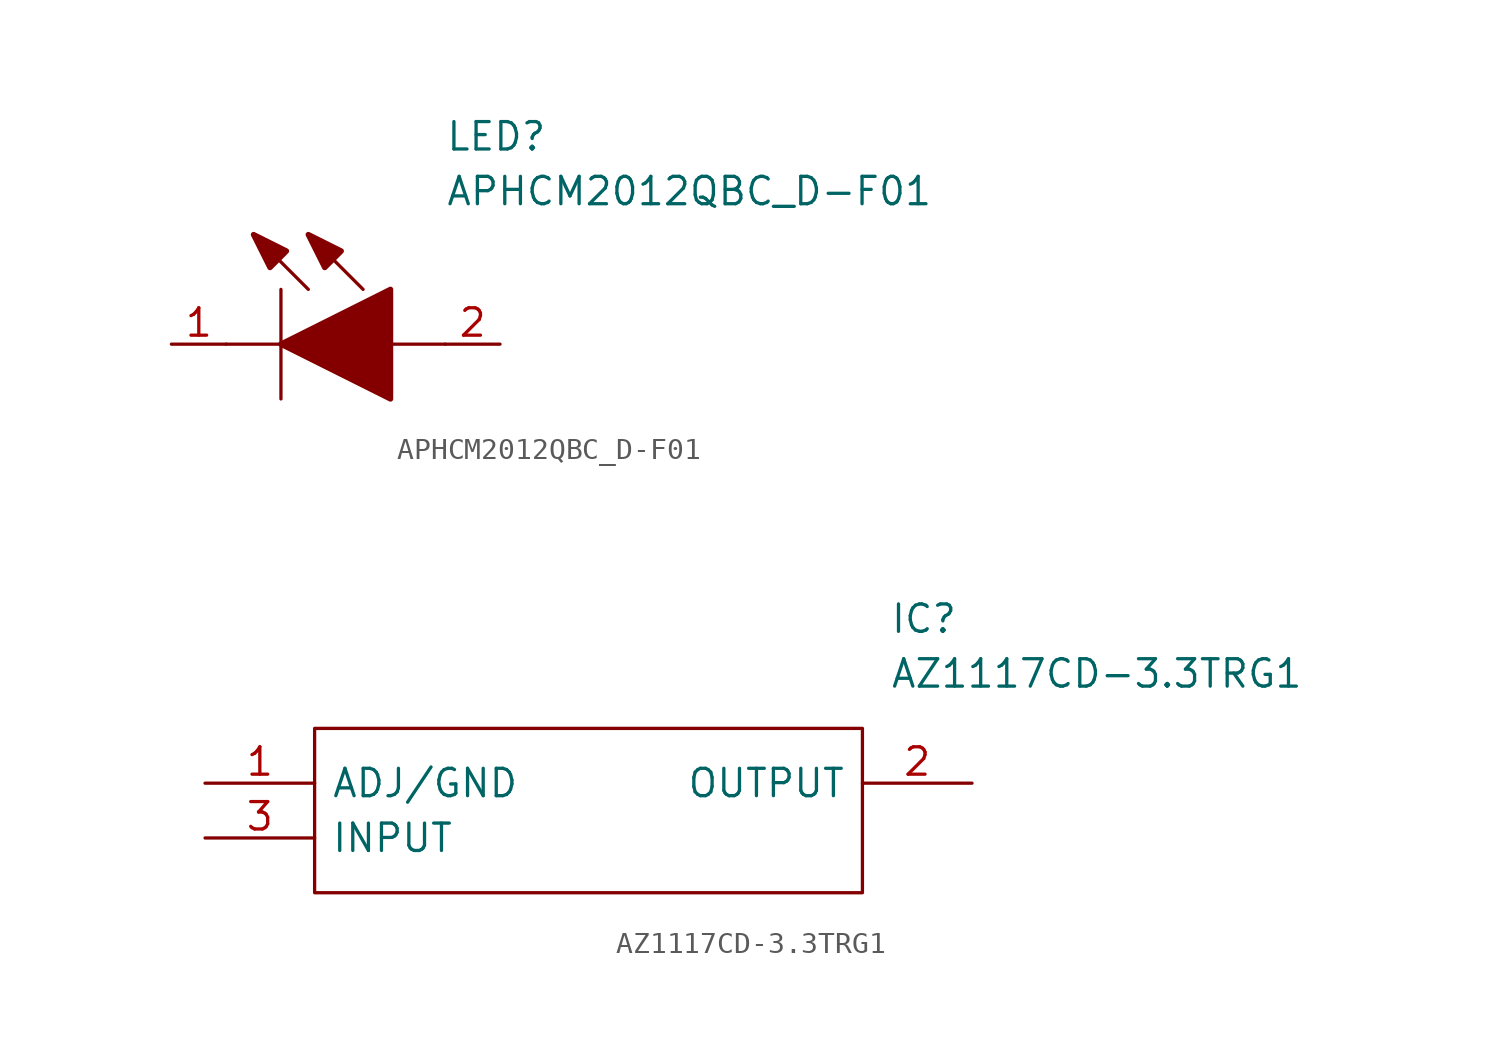
<source format=kicad_sym>
(kicad_symbol_lib
  (version 20211014)
  (generator kicad_symbol_editor)
  (symbol "APHCM2012QBC_D-F01"
    (pin_names
      (offset 0.762))
    (property "Reference" "LED"
      (at 12.7 8.89 0)
      (effects (font (size 1.27 1.27)) (justify left bottom)))
    (property "Value" "APHCM2012QBC_D-F01"
      (at 12.7 6.35 0)
      (effects (font (size 1.27 1.27)) (justify left bottom)))
    (symbol "APHCM2012QBC_D-F01_0_0"
      (pin passive line (at 0 0 0) (length 2.54) (name "~" (effects (font (size 1.27 1.27)))) (number "1" (effects (font (size 1.27 1.27)))))
      (pin passive line (at 15.24 0 180) (length 2.54) (name "~" (effects (font (size 1.27 1.27)))) (number "2" (effects (font (size 1.27 1.27))))))
    (symbol "APHCM2012QBC_D-F01_0_1"
      (polyline (pts (xy 2.54 0) (xy 5.08 0)) (stroke (width 0.152) (type default) (color 0 0 0 0)) (fill (type none)))
      (polyline (pts (xy 5.08 2.54) (xy 5.08 -2.54)) (stroke (width 0.152) (type default) (color 0 0 0 0)) (fill (type none)))
      (polyline (pts (xy 6.35 2.54) (xy 3.81 5.08)) (stroke (width 0.152) (type default) (color 0 0 0 0)) (fill (type none)))
      (polyline (pts (xy 8.89 2.54) (xy 6.35 5.08)) (stroke (width 0.152) (type default) (color 0 0 0 0)) (fill (type none)))
      (polyline (pts (xy 10.16 0) (xy 12.7 0)) (stroke (width 0.152) (type default) (color 0 0 0 0)) (fill (type none)))
      (polyline (pts (xy 5.08 0) (xy 10.16 2.54) (xy 10.16 -2.54) (xy 5.08 0)) (stroke (width 0.254) (type default) (color 0 0 0 0)) (fill (type outline)))
      (polyline (pts (xy 5.334 4.318) (xy 4.572 3.556) (xy 3.81 5.08) (xy 5.334 4.318)) (stroke (width 0.254) (type default) (color 0 0 0 0)) (fill (type outline)))
      (polyline (pts (xy 7.874 4.318) (xy 7.112 3.556) (xy 6.35 5.08) (xy 7.874 4.318)) (stroke (width 0.254) (type default) (color 0 0 0 0)) (fill (type outline)))))
  (symbol "AZ1117CD-3.3TRG1"
    (pin_names
      (offset 0.762))
    (property "Reference" "IC"
      (at 31.75 7.62 0)
      (effects (font (size 1.27 1.27)) (justify left)))
    (property "Value" "AZ1117CD-3.3TRG1"
      (at 31.75 5.08 0)
      (effects (font (size 1.27 1.27)) (justify left)))
    (symbol "AZ1117CD-3.3TRG1_0_0"
      (pin passive line (at 0 0 0) (length 5.08) (name "ADJ/GND" (effects (font (size 1.27 1.27)))) (number "1" (effects (font (size 1.27 1.27)))))
      (pin passive line (at 35.56 0 180) (length 5.08) (name "OUTPUT" (effects (font (size 1.27 1.27)))) (number "2" (effects (font (size 1.27 1.27)))))
      (pin passive line (at 0 -2.54 0) (length 5.08) (name "INPUT" (effects (font (size 1.27 1.27)))) (number "3" (effects (font (size 1.27 1.27))))))
    (symbol "AZ1117CD-3.3TRG1_0_1"
      (polyline (pts (xy 5.08 2.54) (xy 30.48 2.54) (xy 30.48 -5.08) (xy 5.08 -5.08) (xy 5.08 2.54)) (stroke (width 0.152) (type default) (color 0 0 0 0)) (fill (type none))))))
</source>
